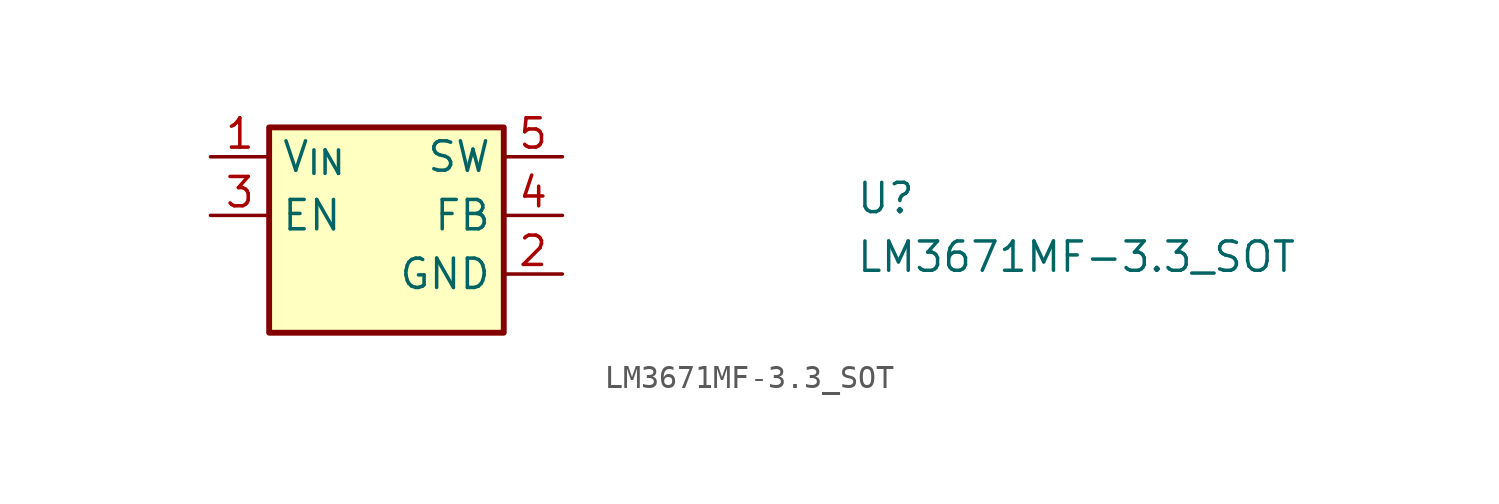
<source format=kicad_sym>
(kicad_symbol_lib
  (version 20211014)
  (generator kicad_symbol_editor)
  (symbol "LM3671MF-3.3_SOT"
    (property "Reference" "U"
      (at 27.94 -2.54 0)
      (effects (font (size 1.27 1.27) (thickness 0.15)) (justify left bottom)))
    (property "Value" "LM3671MF-3.3_SOT"
      (at 27.94 -5.08 0)
      (effects (font (size 1.27 1.27) (thickness 0.15)) (justify left bottom)))
    (symbol "LM3671MF-3.3_SOT_1_1"
      (rectangle (start 2.54 1.27) (end 12.7 -7.62) (stroke (width 0.254) (type default) (color 0 0 0 0)) (fill (type background)))
      (pin power_in line (at 0 0 0) (length 2.54) (name "V_{IN}" (effects (font (size 1.27 1.27)))) (number "1" (effects (font (size 1.27 1.27)))))
      (pin power_in line (at 15.24 -5.08 180) (length 2.54) (name "GND" (effects (font (size 1.27 1.27)))) (number "2" (effects (font (size 1.27 1.27)))))
      (pin input line (at 0 -2.54 0) (length 2.54) (name "EN" (effects (font (size 1.27 1.27)))) (number "3" (effects (font (size 1.27 1.27)))))
      (pin input line (at 15.24 -2.54 180) (length 2.54) (name "FB" (effects (font (size 1.27 1.27)))) (number "4" (effects (font (size 1.27 1.27)))))
      (pin input line (at 15.24 0 180) (length 2.54) (name "SW" (effects (font (size 1.27 1.27)))) (number "5" (effects (font (size 1.27 1.27))))))))
</source>
